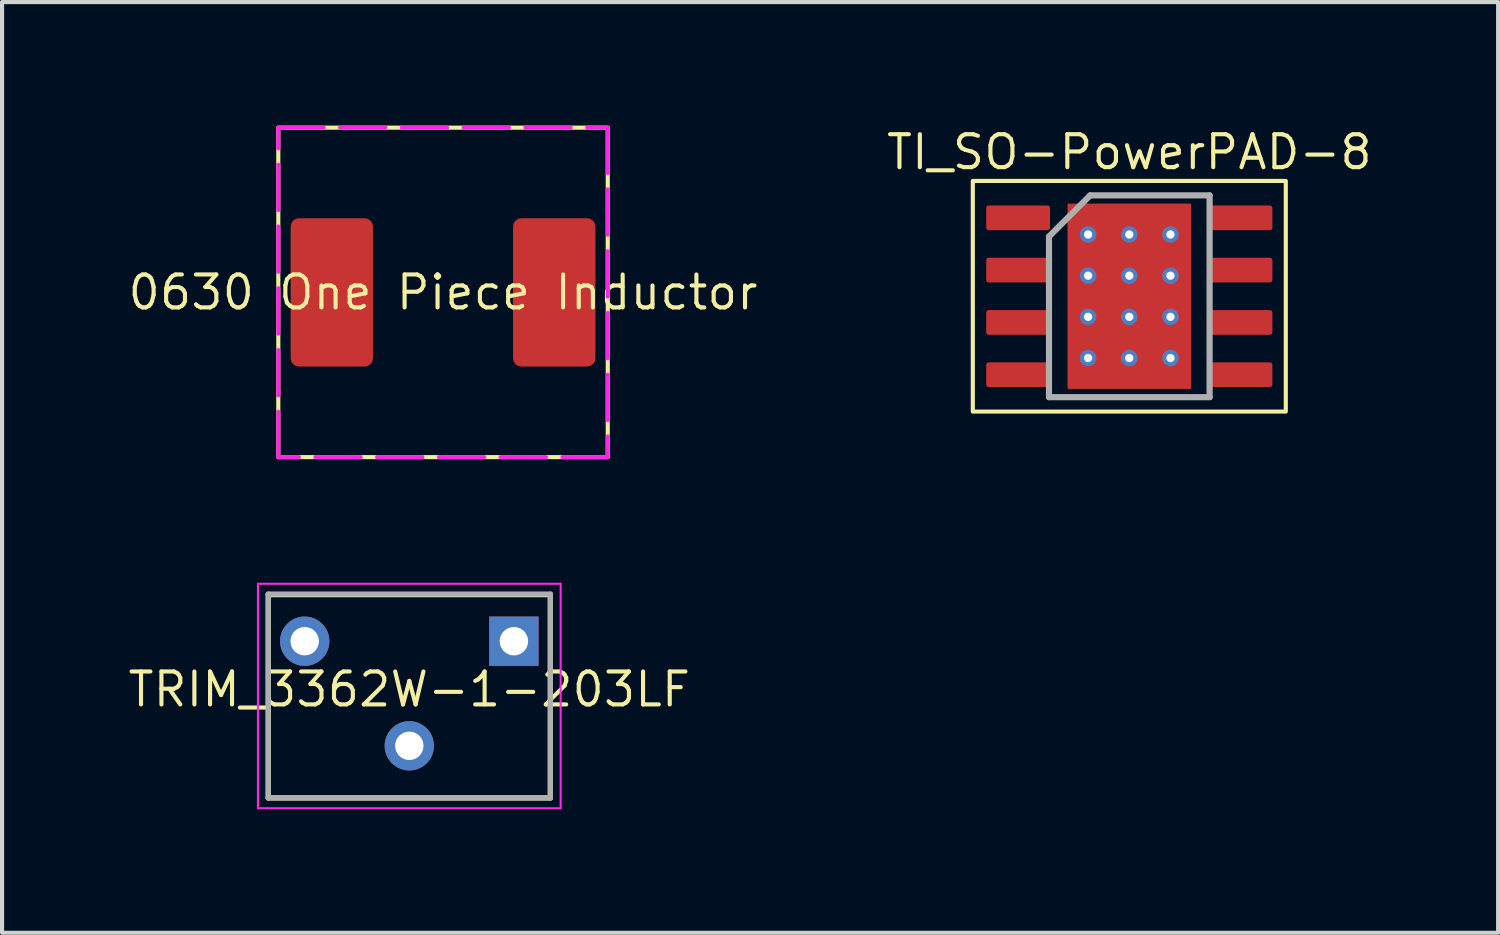
<source format=kicad_pcb>
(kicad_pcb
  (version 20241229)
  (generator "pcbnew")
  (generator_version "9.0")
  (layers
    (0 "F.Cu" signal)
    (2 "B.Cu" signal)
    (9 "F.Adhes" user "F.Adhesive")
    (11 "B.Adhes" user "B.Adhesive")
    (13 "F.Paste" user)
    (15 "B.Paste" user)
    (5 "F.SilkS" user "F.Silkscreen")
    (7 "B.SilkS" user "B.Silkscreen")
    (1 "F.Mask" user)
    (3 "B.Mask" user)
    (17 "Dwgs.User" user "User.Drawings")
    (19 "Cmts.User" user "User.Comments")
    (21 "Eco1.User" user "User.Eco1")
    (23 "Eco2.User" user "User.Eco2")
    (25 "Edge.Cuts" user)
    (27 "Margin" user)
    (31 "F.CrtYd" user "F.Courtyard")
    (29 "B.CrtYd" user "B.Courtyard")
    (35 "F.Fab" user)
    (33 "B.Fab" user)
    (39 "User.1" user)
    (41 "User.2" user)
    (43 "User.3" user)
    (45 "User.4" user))
  (footprint "TI_SO-PowerPAD-8"
    (layer "F.Cu")
    (at 24.372 4.144)
    (property "Reference" "TI_SO-PowerPAD-8" (at 0 -3.5 0) (layer "F.SilkS") (effects (font (size 0.8 0.8) (thickness 0.1))))
    (attr smd)
    (fp_rect (start 3.8 -2.8) (end -3.8 2.8) (stroke (width 0.1) (type solid)) (fill no) (layer "F.SilkS"))
    (fp_line (start -1.95 -1.45) (end -0.95 -2.45) (stroke (width 0.15) (type solid)) (layer "F.Fab"))
    (fp_line (start -1.95 2.45) (end -1.95 -1.45) (stroke (width 0.15) (type solid)) (layer "F.Fab"))
    (fp_line (start -0.95 -2.45) (end 1.95 -2.45) (stroke (width 0.15) (type solid)) (layer "F.Fab"))
    (fp_line (start 1.95 -2.45) (end 1.95 2.45) (stroke (width 0.15) (type solid)) (layer "F.Fab"))
    (fp_line (start 1.95 2.45) (end -1.95 2.45) (stroke (width 0.15) (type solid)) (layer "F.Fab"))
    (pad "1" smd roundrect (at -2.7 -1.905) (size 1.55 0.6) (layers "F.Cu" "F.Mask" "F.Paste") (roundrect_rratio 0.1))
    (pad "2" smd roundrect (at -2.7 -0.635) (size 1.55 0.6) (layers "F.Cu" "F.Mask" "F.Paste") (roundrect_rratio 0.1))
    (pad "3" smd roundrect (at -2.7 0.635) (size 1.55 0.6) (layers "F.Cu" "F.Mask" "F.Paste") (roundrect_rratio 0.1))
    (pad "4" smd roundrect (at -2.7 1.905) (size 1.55 0.6) (layers "F.Cu" "F.Mask" "F.Paste") (roundrect_rratio 0.1))
    (pad "5" smd roundrect (at 2.7 1.905) (size 1.55 0.6) (layers "F.Cu" "F.Mask" "F.Paste") (roundrect_rratio 0.1))
    (pad "6" smd roundrect (at 2.7 0.635) (size 1.55 0.6) (layers "F.Cu" "F.Mask" "F.Paste") (roundrect_rratio 0.1))
    (pad "7" smd roundrect (at 2.7 -0.635) (size 1.55 0.6) (layers "F.Cu" "F.Mask" "F.Paste") (roundrect_rratio 0.1))
    (pad "8" smd roundrect (at 2.7 -1.905) (size 1.55 0.6) (layers "F.Cu" "F.Mask" "F.Paste") (roundrect_rratio 0.1))
    (pad "9" thru_hole circle (at -1 -1.5) (size 0.4 0.4) (drill 0.2) (layers "*.Cu" "*.Mask"))
    (pad "9" thru_hole circle (at -1 -0.5) (size 0.4 0.4) (drill 0.2) (layers "*.Cu" "*.Mask"))
    (pad "9" thru_hole circle (at -1 0.5) (size 0.4 0.4) (drill 0.2) (layers "*.Cu" "*.Mask"))
    (pad "9" thru_hole circle (at -1 1.5) (size 0.4 0.4) (drill 0.2) (layers "*.Cu" "*.Mask"))
    (pad "9" thru_hole circle (at 0 -1.5) (size 0.4 0.4) (drill 0.2) (layers "*.Cu" "*.Mask"))
    (pad "9" thru_hole circle (at 0 -0.5) (size 0.4 0.4) (drill 0.2) (layers "*.Cu" "*.Mask"))
    (pad "9" smd rect (at 0 0) (size 3 4.5) (layers "F.Cu" "F.Mask" "F.Paste"))
    (pad "9" thru_hole circle (at 0 0.5) (size 0.4 0.4) (drill 0.2) (layers "*.Cu" "*.Mask"))
    (pad "9" thru_hole circle (at 0 1.5) (size 0.4 0.4) (drill 0.2) (layers "*.Cu" "*.Mask"))
    (pad "9" thru_hole circle (at 1 -1.5) (size 0.4 0.4) (drill 0.2) (layers "*.Cu" "*.Mask"))
    (pad "9" thru_hole circle (at 1 -0.5) (size 0.4 0.4) (drill 0.2) (layers "*.Cu" "*.Mask"))
    (pad "9" thru_hole circle (at 1 0.5) (size 0.4 0.4) (drill 0.2) (layers "*.Cu" "*.Mask"))
    (pad "9" thru_hole circle (at 1 1.5) (size 0.4 0.4) (drill 0.2) (layers "*.Cu" "*.Mask")))
  (footprint "0630 One Piece Inductor"
    (layer "F.Cu")
    (at 7.708 4.05)
    (property "Reference" "0630 One Piece Inductor" (at 0 0 0) (unlocked yes) (layer "F.SilkS") (effects (font (size 0.8 0.8) (thickness 0.1))))
    (attr smd)
    (fp_rect (start -4 -4) (end 4 4) (stroke (width 0.1) (type default)) (fill no) (layer "F.SilkS"))
    (fp_rect (start -4 -4) (end 4 4) (stroke (width 0.1) (type dash)) (fill no) (layer "F.CrtYd"))
    (pad "1" smd roundrect (at -2.7 0) (size 2 3.6) (layers "F.Cu" "F.Mask" "F.Paste") (roundrect_rratio 0.1))
    (pad "2" smd roundrect (at 2.7 0) (size 2 3.6) (layers "F.Cu" "F.Mask" "F.Paste") (roundrect_rratio 0.1)))
  (footprint "TRIM_3362W-1-203LF"
    (layer "F.Cu")
    (at 6.889 13.79)
    (property "Reference" "TRIM_3362W-1-203LF" (at 0 -0.1 0) (layer "F.SilkS") (effects (font (size 0.8 0.8) (thickness 0.1))))
    (attr through_hole)
    (fp_line (start -3.425 -2.4) (end -3.425 2.535) (stroke (width 0.127) (type solid)) (layer "F.SilkS"))
    (fp_line (start -3.425 2.535) (end 3.425 2.535) (stroke (width 0.127) (type solid)) (layer "F.SilkS"))
    (fp_line (start 3.425 -2.4) (end -3.425 -2.4) (stroke (width 0.127) (type solid)) (layer "F.SilkS"))
    (fp_line (start 3.425 2.535) (end 3.425 -2.4) (stroke (width 0.127) (type solid)) (layer "F.SilkS"))
    (fp_line (start -3.675 -2.665) (end -3.675 2.785) (stroke (width 0.05) (type solid)) (layer "F.CrtYd"))
    (fp_line (start -3.675 2.785) (end 3.675 2.785) (stroke (width 0.05) (type solid)) (layer "F.CrtYd"))
    (fp_line (start 3.675 -2.665) (end -3.675 -2.665) (stroke (width 0.05) (type solid)) (layer "F.CrtYd"))
    (fp_line (start 3.675 2.785) (end 3.675 -2.665) (stroke (width 0.05) (type solid)) (layer "F.CrtYd"))
    (fp_line (start -3.425 -2.415) (end -3.425 2.535) (stroke (width 0.127) (type solid)) (layer "F.Fab"))
    (fp_line (start -3.425 2.535) (end 3.425 2.535) (stroke (width 0.127) (type solid)) (layer "F.Fab"))
    (fp_line (start 3.425 -2.415) (end -3.425 -2.415) (stroke (width 0.127) (type solid)) (layer "F.Fab"))
    (fp_line (start 3.425 2.535) (end 3.425 -2.415) (stroke (width 0.127) (type solid)) (layer "F.Fab"))
    (pad "1" thru_hole rect (at 2.54 -1.27) (size 1.198 1.198) (drill 0.69) (layers "*.Cu" "*.Mask"))
    (pad "2" thru_hole circle (at 0 1.27) (size 1.198 1.198) (drill 0.69) (layers "*.Cu" "*.Mask"))
    (pad "3" thru_hole circle (at -2.54 -1.27) (size 1.198 1.198) (drill 0.69) (layers "*.Cu" "*.Mask")))
  (gr_rect
    (start -3 -3)
    (end 33.328 19.6)
    (stroke (width 0.1) (type default))
    (fill no)
    (layer "Edge.Cuts")))
</source>
